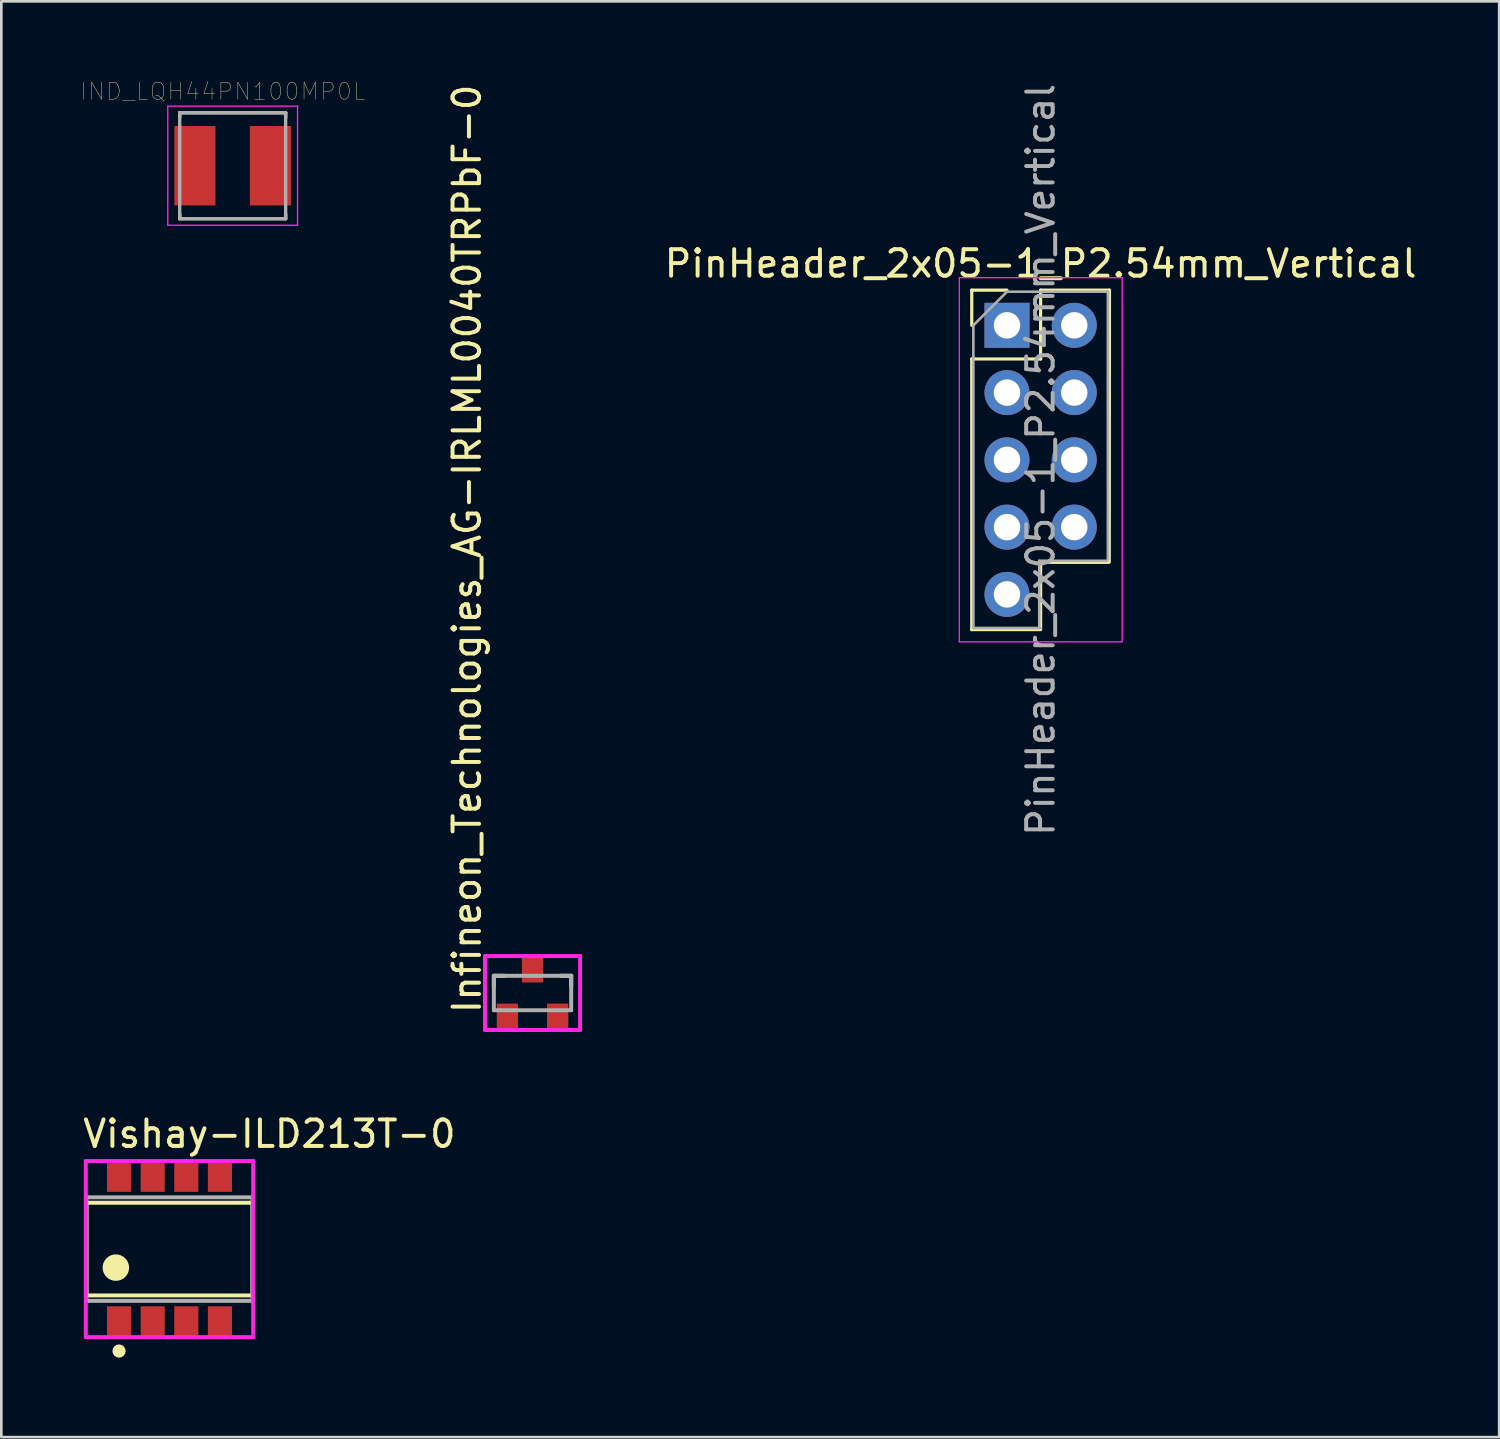
<source format=kicad_pcb>
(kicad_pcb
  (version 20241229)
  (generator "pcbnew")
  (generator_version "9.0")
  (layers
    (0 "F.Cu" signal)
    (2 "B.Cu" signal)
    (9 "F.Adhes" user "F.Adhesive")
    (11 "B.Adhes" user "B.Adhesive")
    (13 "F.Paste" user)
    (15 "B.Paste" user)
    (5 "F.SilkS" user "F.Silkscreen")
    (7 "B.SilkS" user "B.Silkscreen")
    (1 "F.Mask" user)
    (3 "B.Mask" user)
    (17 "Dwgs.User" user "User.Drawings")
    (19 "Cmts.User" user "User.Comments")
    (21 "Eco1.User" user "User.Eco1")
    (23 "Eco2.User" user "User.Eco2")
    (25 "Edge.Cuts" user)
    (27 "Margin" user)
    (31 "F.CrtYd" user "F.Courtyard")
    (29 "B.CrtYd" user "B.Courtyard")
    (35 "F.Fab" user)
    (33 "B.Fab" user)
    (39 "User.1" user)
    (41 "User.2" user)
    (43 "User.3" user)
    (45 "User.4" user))
  (footprint "PinHeader_2x05-1_P2.54mm_Vertical"
    (layer "F.Cu")
    (at 34.975 9.235)
    (property "Reference" "PinHeader_2x05-1_P2.54mm_Vertical" (at 1.27 -2.33 0) (layer "F.SilkS") (effects (font (size 1 1) (thickness 0.15))))
    (attr through_hole)
    (fp_line (start -1.33 -1.33) (end 0 -1.33) (stroke (width 0.12) (type solid)) (layer "F.SilkS"))
    (fp_line (start -1.33 0) (end -1.33 -1.33) (stroke (width 0.12) (type solid)) (layer "F.SilkS"))
    (fp_line (start -1.33 1.27) (end -1.33 11.49) (stroke (width 0.12) (type solid)) (layer "F.SilkS"))
    (fp_line (start -1.33 1.27) (end 1.27 1.27) (stroke (width 0.12) (type solid)) (layer "F.SilkS"))
    (fp_line (start -1.33 11.49) (end 1.228 11.49) (stroke (width 0.12) (type solid)) (layer "F.SilkS"))
    (fp_line (start 1.27 -1.33) (end 3.87 -1.33) (stroke (width 0.12) (type solid)) (layer "F.SilkS"))
    (fp_line (start 1.27 1.27) (end 1.27 -1.33) (stroke (width 0.12) (type solid)) (layer "F.SilkS"))
    (fp_line (start 1.27 8.95) (end 3.819 8.95) (stroke (width 0.12) (type solid)) (layer "F.SilkS"))
    (fp_line (start 1.27 11.49) (end 1.27 8.941) (stroke (width 0.12) (type solid)) (layer "F.SilkS"))
    (fp_line (start 3.87 -1.33) (end 3.861 8.941) (stroke (width 0.12) (type solid)) (layer "F.SilkS"))
    (fp_line (start -1.8 -1.8) (end -1.8 11.95) (stroke (width 0.05) (type solid)) (layer "F.CrtYd"))
    (fp_line (start -1.8 11.95) (end 4.35 11.95) (stroke (width 0.05) (type solid)) (layer "F.CrtYd"))
    (fp_line (start 4.35 -1.8) (end -1.8 -1.8) (stroke (width 0.05) (type solid)) (layer "F.CrtYd"))
    (fp_line (start 4.35 11.95) (end 4.35 -1.8) (stroke (width 0.05) (type solid)) (layer "F.CrtYd"))
    (fp_line (start -1.27 0) (end 0 -1.27) (stroke (width 0.1) (type solid)) (layer "F.Fab"))
    (fp_line (start -1.27 11.43) (end -1.27 0) (stroke (width 0.1) (type solid)) (layer "F.Fab"))
    (fp_line (start 0 -1.27) (end 3.81 -1.27) (stroke (width 0.1) (type solid)) (layer "F.Fab"))
    (fp_line (start 1.219 8.89) (end 1.219 11.43) (stroke (width 0.1) (type solid)) (layer "F.Fab"))
    (fp_line (start 1.27 11.43) (end -1.27 11.43) (stroke (width 0.1) (type solid)) (layer "F.Fab"))
    (fp_line (start 3.759 8.89) (end 1.219 8.89) (stroke (width 0.1) (type solid)) (layer "F.Fab"))
    (fp_line (start 3.81 -1.27) (end 3.81 8.839) (stroke (width 0.1) (type solid)) (layer "F.Fab"))
    (fp_text user "${REFERENCE}" (at 1.27 5.08 90) (layer "F.Fab") (effects (font (size 1 1) (thickness 0.15))))
    (pad "1" thru_hole rect (at 0 0) (size 1.7 1.7) (drill 1) (layers "*.Cu" "*.Mask"))
    (pad "2" thru_hole oval (at 2.54 0) (size 1.7 1.7) (drill 1) (layers "*.Cu" "*.Mask"))
    (pad "3" thru_hole oval (at 0 2.54) (size 1.7 1.7) (drill 1) (layers "*.Cu" "*.Mask"))
    (pad "4" thru_hole oval (at 2.54 2.54) (size 1.7 1.7) (drill 1) (layers "*.Cu" "*.Mask"))
    (pad "5" thru_hole oval (at 0 5.08) (size 1.7 1.7) (drill 1) (layers "*.Cu" "*.Mask"))
    (pad "6" thru_hole oval (at 2.54 5.08) (size 1.7 1.7) (drill 1) (layers "*.Cu" "*.Mask"))
    (pad "7" thru_hole oval (at 0 7.62) (size 1.7 1.7) (drill 1) (layers "*.Cu" "*.Mask"))
    (pad "8" thru_hole oval (at 2.54 7.62) (size 1.7 1.7) (drill 1) (layers "*.Cu" "*.Mask"))
    (pad "9" thru_hole oval (at 0 10.16) (size 1.7 1.7) (drill 1) (layers "*.Cu" "*.Mask")))
  (footprint "Vishay-ILD213T-0"
    (layer "F.Cu")
    (at 3.35 44.117)
    (property "Reference" "Vishay-ILD213T-0" (at -3.35 -4.35 0) (layer "F.SilkS") (effects (font (size 1 1) (thickness 0.15)) (justify left)))
    (attr through_hole)
    (fp_line (start -3.135 -1.75) (end 3.135 -1.75) (stroke (width 0.15) (type solid)) (layer "F.SilkS"))
    (fp_line (start -3.135 1.75) (end -3.135 -1.75) (stroke (width 0.15) (type solid)) (layer "F.SilkS"))
    (fp_line (start 3.135 -1.75) (end 3.135 1.75) (stroke (width 0.15) (type solid)) (layer "F.SilkS"))
    (fp_line (start 3.135 1.75) (end -3.135 1.75) (stroke (width 0.15) (type solid)) (layer "F.SilkS"))
    (fp_circle (center -2.025 0.7) (end -1.775 0.7) (stroke (width 0.5) (type solid)) (fill no) (layer "F.SilkS"))
    (fp_circle (center -1.905 3.85) (end -1.78 3.85) (stroke (width 0.25) (type solid)) (fill no) (layer "F.SilkS"))
    (fp_line (start -3.16 -3.325) (end -3.16 3.325) (stroke (width 0.15) (type solid)) (layer "F.CrtYd"))
    (fp_line (start -3.16 3.325) (end 3.16 3.325) (stroke (width 0.15) (type solid)) (layer "F.CrtYd"))
    (fp_line (start 3.16 -3.325) (end -3.16 -3.325) (stroke (width 0.15) (type solid)) (layer "F.CrtYd"))
    (fp_line (start 3.16 -3.325) (end 3.16 -3.325) (stroke (width 0.15) (type solid)) (layer "F.CrtYd"))
    (fp_line (start 3.16 3.325) (end 3.16 -3.325) (stroke (width 0.15) (type solid)) (layer "F.CrtYd"))
    (fp_line (start -3.135 -1.955) (end 3.135 -1.955) (stroke (width 0.15) (type solid)) (layer "F.Fab"))
    (fp_line (start -3.135 1.955) (end -3.135 -1.955) (stroke (width 0.15) (type solid)) (layer "F.Fab"))
    (fp_line (start 3.135 -1.955) (end 3.135 1.955) (stroke (width 0.15) (type solid)) (layer "F.Fab"))
    (fp_line (start 3.135 1.955) (end -3.135 1.955) (stroke (width 0.15) (type solid)) (layer "F.Fab"))
    (pad "1" smd rect (at -1.905 2.73) (size 0.91 1.14) (layers "F.Cu" "F.Mask" "F.Paste"))
    (pad "2" smd rect (at -0.635 2.73) (size 0.91 1.14) (layers "F.Cu" "F.Mask" "F.Paste"))
    (pad "3" smd rect (at 0.635 2.73) (size 0.91 1.14) (layers "F.Cu" "F.Mask" "F.Paste"))
    (pad "4" smd rect (at 1.905 2.73) (size 0.91 1.14) (layers "F.Cu" "F.Mask" "F.Paste"))
    (pad "5" smd rect (at 1.905 -2.73) (size 0.91 1.14) (layers "F.Cu" "F.Mask" "F.Paste"))
    (pad "6" smd rect (at 0.635 -2.73) (size 0.91 1.14) (layers "F.Cu" "F.Mask" "F.Paste"))
    (pad "7" smd rect (at -0.635 -2.73) (size 0.91 1.14) (layers "F.Cu" "F.Mask" "F.Paste"))
    (pad "8" smd rect (at -1.905 -2.73) (size 0.91 1.14) (layers "F.Cu" "F.Mask" "F.Paste")))
  (footprint "IND_LQH44PN100MP0L"
    (layer "F.Cu")
    (at 5.736 3.207)
    (property "Reference" "IND_LQH44PN100MP0L" (at -0.368 -2.806 0) (layer "F.SilkS") (effects (font (size 0.64 0.64) (thickness 0.015))))
    (attr through_hole)
    (fp_line (start -2 -2) (end -2 -1.82) (stroke (width 0.127) (type solid)) (layer "F.SilkS"))
    (fp_line (start -2 -2) (end 2 -2) (stroke (width 0.127) (type solid)) (layer "F.SilkS"))
    (fp_line (start -2 2) (end -2 1.82) (stroke (width 0.127) (type solid)) (layer "F.SilkS"))
    (fp_line (start -2 2) (end 2 2) (stroke (width 0.127) (type solid)) (layer "F.SilkS"))
    (fp_line (start 2 -2) (end 2 -1.82) (stroke (width 0.127) (type solid)) (layer "F.SilkS"))
    (fp_line (start 2 2) (end 2 1.82) (stroke (width 0.127) (type solid)) (layer "F.SilkS"))
    (fp_line (start -2.45 -2.25) (end 2.45 -2.25) (stroke (width 0.05) (type solid)) (layer "F.CrtYd"))
    (fp_line (start -2.45 2.25) (end -2.45 -2.25) (stroke (width 0.05) (type solid)) (layer "F.CrtYd"))
    (fp_line (start 2.45 -2.25) (end 2.45 2.25) (stroke (width 0.05) (type solid)) (layer "F.CrtYd"))
    (fp_line (start 2.45 2.25) (end -2.45 2.25) (stroke (width 0.05) (type solid)) (layer "F.CrtYd"))
    (fp_line (start -2 -2) (end 2 -2) (stroke (width 0.127) (type solid)) (layer "F.Fab"))
    (fp_line (start -2 2) (end -2 -2) (stroke (width 0.127) (type solid)) (layer "F.Fab"))
    (fp_line (start 2 -2) (end 2 2) (stroke (width 0.127) (type solid)) (layer "F.Fab"))
    (fp_line (start 2 2) (end -2 2) (stroke (width 0.127) (type solid)) (layer "F.Fab"))
    (pad "1" smd rect (at -1.425 0) (size 1.55 3) (layers "F.Cu" "F.Mask" "F.Paste"))
    (pad "2" smd rect (at 1.425 0) (size 1.55 3) (layers "F.Cu" "F.Mask" "F.Paste")))
  (footprint "Infineon_Technologies_AG-IRLML0040TRPbF-0"
    (layer "F.Cu")
    (at 17.059 34.448)
    (property "Reference" "Infineon_Technologies_AG-IRLML0040TRPbF-0" (at -2.475 0.85 270) (layer "F.SilkS") (effects (font (size 1 1) (thickness 0.15)) (justify left)))
    (attr through_hole)
    (fp_line (start -1.46 -0.65) (end -1.46 -0.25) (stroke (width 0.15) (type solid)) (layer "F.SilkS"))
    (fp_line (start -1.46 -0.65) (end -1.06 -0.65) (stroke (width 0.15) (type solid)) (layer "F.SilkS"))
    (fp_line (start 1.46 -0.65) (end 1.06 -0.65) (stroke (width 0.15) (type solid)) (layer "F.SilkS"))
    (fp_line (start 1.46 -0.65) (end 1.46 -0.25) (stroke (width 0.15) (type solid)) (layer "F.SilkS"))
    (fp_line (start -1.795 -1.396) (end -1.795 1.396) (stroke (width 0.15) (type solid)) (layer "F.CrtYd"))
    (fp_line (start -1.795 1.396) (end 1.795 1.396) (stroke (width 0.15) (type solid)) (layer "F.CrtYd"))
    (fp_line (start 1.795 -1.396) (end -1.795 -1.396) (stroke (width 0.15) (type solid)) (layer "F.CrtYd"))
    (fp_line (start 1.795 -1.396) (end 1.795 -1.396) (stroke (width 0.15) (type solid)) (layer "F.CrtYd"))
    (fp_line (start 1.795 1.396) (end 1.795 -1.396) (stroke (width 0.15) (type solid)) (layer "F.CrtYd"))
    (fp_line (start -1.46 -0.65) (end 1.46 -0.65) (stroke (width 0.15) (type solid)) (layer "F.Fab"))
    (fp_line (start -1.46 0.65) (end -1.46 -0.65) (stroke (width 0.15) (type solid)) (layer "F.Fab"))
    (fp_line (start 1.46 -0.65) (end 1.46 0.65) (stroke (width 0.15) (type solid)) (layer "F.Fab"))
    (fp_line (start 1.46 0.65) (end -1.46 0.65) (stroke (width 0.15) (type solid)) (layer "F.Fab"))
    (pad "1" smd rect (at -0.95 0.885) (size 0.802 0.972) (layers "F.Cu" "F.Mask" "F.Paste"))
    (pad "2" smd rect (at 0.95 0.885) (size 0.802 0.972) (layers "F.Cu" "F.Mask" "F.Paste"))
    (pad "3" smd rect (at 0 -0.885) (size 0.802 0.972) (layers "F.Cu" "F.Mask" "F.Paste")))
  (gr_rect
    (start -3 -3)
    (end 53.56 51.217)
    (stroke (width 0.1) (type default))
    (fill no)
    (layer "Edge.Cuts")))
</source>
